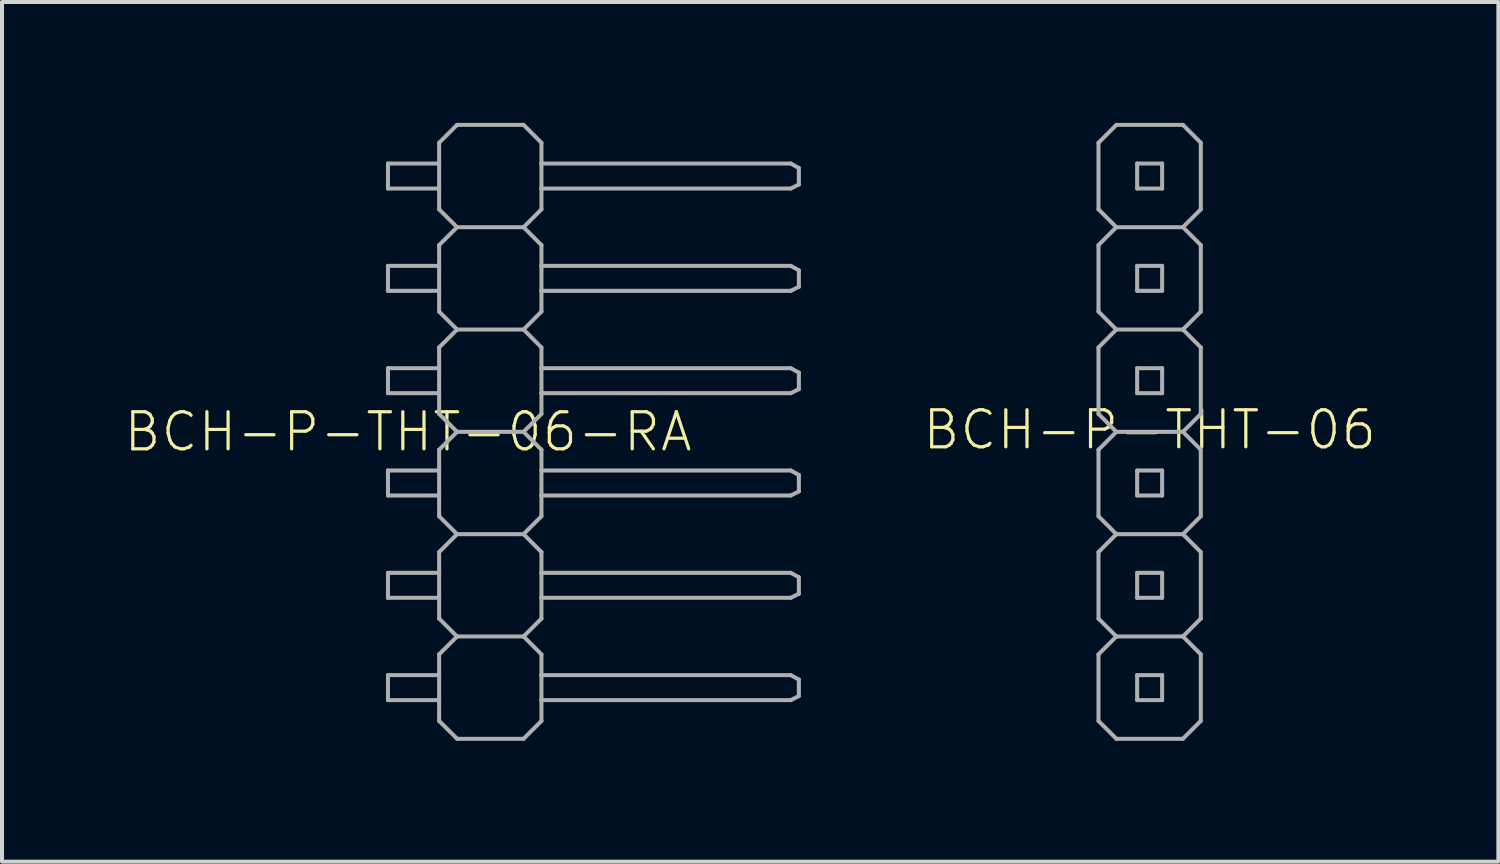
<source format=kicad_pcb>
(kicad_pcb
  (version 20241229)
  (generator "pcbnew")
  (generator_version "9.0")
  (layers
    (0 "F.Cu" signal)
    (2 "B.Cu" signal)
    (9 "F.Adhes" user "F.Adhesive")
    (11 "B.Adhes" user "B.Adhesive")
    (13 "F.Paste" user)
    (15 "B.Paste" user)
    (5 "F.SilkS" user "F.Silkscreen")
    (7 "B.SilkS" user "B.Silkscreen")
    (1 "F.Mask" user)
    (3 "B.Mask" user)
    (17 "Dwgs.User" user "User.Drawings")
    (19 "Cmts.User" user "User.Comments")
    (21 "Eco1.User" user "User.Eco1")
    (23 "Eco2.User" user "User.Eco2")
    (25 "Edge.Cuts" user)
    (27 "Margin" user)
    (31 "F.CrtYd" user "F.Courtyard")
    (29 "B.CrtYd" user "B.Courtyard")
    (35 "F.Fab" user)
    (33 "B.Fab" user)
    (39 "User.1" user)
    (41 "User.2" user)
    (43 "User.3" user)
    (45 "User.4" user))
  (footprint "BCH-P-THT-06-RA"
    (layer "F.Cu")
    (at 6.981 7.67)
    (property "Reference" "BCH-P-THT-06-RA" (at 0.1 0 0) (unlocked yes) (layer "F.SilkS") (effects (font (size 0.92 0.92) (thickness 0.08))))
    (fp_line (start -0.4 -6.66) (end -0.4 -6.04) (stroke (width 0.1) (type solid)) (layer "F.Fab"))
    (fp_line (start -0.4 -6.04) (end 0.87 -6.04) (stroke (width 0.1) (type solid)) (layer "F.Fab"))
    (fp_line (start -0.4 -4.12) (end -0.4 -3.5) (stroke (width 0.1) (type solid)) (layer "F.Fab"))
    (fp_line (start -0.4 -3.5) (end 0.87 -3.5) (stroke (width 0.1) (type solid)) (layer "F.Fab"))
    (fp_line (start -0.4 -1.58) (end -0.4 -0.96) (stroke (width 0.1) (type solid)) (layer "F.Fab"))
    (fp_line (start -0.4 -0.96) (end 0.87 -0.96) (stroke (width 0.1) (type solid)) (layer "F.Fab"))
    (fp_line (start -0.4 0.96) (end -0.4 1.58) (stroke (width 0.1) (type solid)) (layer "F.Fab"))
    (fp_line (start -0.4 1.58) (end 0.87 1.58) (stroke (width 0.1) (type solid)) (layer "F.Fab"))
    (fp_line (start -0.4 3.5) (end -0.4 4.12) (stroke (width 0.1) (type solid)) (layer "F.Fab"))
    (fp_line (start -0.4 4.12) (end 0.87 4.12) (stroke (width 0.1) (type solid)) (layer "F.Fab"))
    (fp_line (start -0.4 6.04) (end -0.4 6.66) (stroke (width 0.1) (type solid)) (layer "F.Fab"))
    (fp_line (start -0.4 6.66) (end 0.87 6.66) (stroke (width 0.1) (type solid)) (layer "F.Fab"))
    (fp_line (start 0.87 -7.176) (end 0.87 -6.66) (stroke (width 0.1) (type solid)) (layer "F.Fab"))
    (fp_line (start 0.87 -6.66) (end -0.4 -6.66) (stroke (width 0.1) (type solid)) (layer "F.Fab"))
    (fp_line (start 0.87 -6.66) (end 0.87 -6.04) (stroke (width 0.1) (type solid)) (layer "F.Fab"))
    (fp_line (start 0.87 -6.04) (end 0.87 -5.524) (stroke (width 0.1) (type solid)) (layer "F.Fab"))
    (fp_line (start 0.87 -5.524) (end 1.315 -5.08) (stroke (width 0.1) (type solid)) (layer "F.Fab"))
    (fp_line (start 0.87 -4.636) (end 0.87 -4.12) (stroke (width 0.1) (type solid)) (layer "F.Fab"))
    (fp_line (start 0.87 -4.12) (end -0.4 -4.12) (stroke (width 0.1) (type solid)) (layer "F.Fab"))
    (fp_line (start 0.87 -4.12) (end 0.87 -3.5) (stroke (width 0.1) (type solid)) (layer "F.Fab"))
    (fp_line (start 0.87 -3.5) (end 0.87 -2.985) (stroke (width 0.1) (type solid)) (layer "F.Fab"))
    (fp_line (start 0.87 -2.985) (end 1.315 -2.54) (stroke (width 0.1) (type solid)) (layer "F.Fab"))
    (fp_line (start 0.87 -2.095) (end 0.87 -1.58) (stroke (width 0.1) (type solid)) (layer "F.Fab"))
    (fp_line (start 0.87 -1.58) (end -0.4 -1.58) (stroke (width 0.1) (type solid)) (layer "F.Fab"))
    (fp_line (start 0.87 -1.58) (end 0.87 -0.96) (stroke (width 0.1) (type solid)) (layer "F.Fab"))
    (fp_line (start 0.87 -0.96) (end 0.87 -0.445) (stroke (width 0.1) (type solid)) (layer "F.Fab"))
    (fp_line (start 0.87 -0.445) (end 1.315 0) (stroke (width 0.1) (type solid)) (layer "F.Fab"))
    (fp_line (start 0.87 0.445) (end 0.87 0.96) (stroke (width 0.1) (type solid)) (layer "F.Fab"))
    (fp_line (start 0.87 0.96) (end -0.4 0.96) (stroke (width 0.1) (type solid)) (layer "F.Fab"))
    (fp_line (start 0.87 0.96) (end 0.87 1.58) (stroke (width 0.1) (type solid)) (layer "F.Fab"))
    (fp_line (start 0.87 1.58) (end 0.87 2.095) (stroke (width 0.1) (type solid)) (layer "F.Fab"))
    (fp_line (start 0.87 2.095) (end 1.315 2.54) (stroke (width 0.1) (type solid)) (layer "F.Fab"))
    (fp_line (start 0.87 2.985) (end 0.87 3.5) (stroke (width 0.1) (type solid)) (layer "F.Fab"))
    (fp_line (start 0.87 3.5) (end -0.4 3.5) (stroke (width 0.1) (type solid)) (layer "F.Fab"))
    (fp_line (start 0.87 3.5) (end 0.87 4.12) (stroke (width 0.1) (type solid)) (layer "F.Fab"))
    (fp_line (start 0.87 4.12) (end 0.87 4.636) (stroke (width 0.1) (type solid)) (layer "F.Fab"))
    (fp_line (start 0.87 4.636) (end 1.315 5.08) (stroke (width 0.1) (type solid)) (layer "F.Fab"))
    (fp_line (start 0.87 5.524) (end 0.87 6.04) (stroke (width 0.1) (type solid)) (layer "F.Fab"))
    (fp_line (start 0.87 6.04) (end -0.4 6.04) (stroke (width 0.1) (type solid)) (layer "F.Fab"))
    (fp_line (start 0.87 6.04) (end 0.87 6.66) (stroke (width 0.1) (type solid)) (layer "F.Fab"))
    (fp_line (start 0.87 6.66) (end 0.87 7.176) (stroke (width 0.1) (type solid)) (layer "F.Fab"))
    (fp_line (start 0.87 7.176) (end 1.315 7.62) (stroke (width 0.1) (type solid)) (layer "F.Fab"))
    (fp_line (start 1.315 -7.62) (end 0.87 -7.176) (stroke (width 0.1) (type solid)) (layer "F.Fab"))
    (fp_line (start 1.315 -5.08) (end 0.87 -4.636) (stroke (width 0.1) (type solid)) (layer "F.Fab"))
    (fp_line (start 1.315 -2.54) (end 0.87 -2.095) (stroke (width 0.1) (type solid)) (layer "F.Fab"))
    (fp_line (start 1.315 0) (end 0.87 0.445) (stroke (width 0.1) (type solid)) (layer "F.Fab"))
    (fp_line (start 1.315 2.54) (end 0.87 2.985) (stroke (width 0.1) (type solid)) (layer "F.Fab"))
    (fp_line (start 1.315 5.08) (end 0.87 5.524) (stroke (width 0.1) (type solid)) (layer "F.Fab"))
    (fp_line (start 2.966 -7.62) (end 1.315 -7.62) (stroke (width 0.1) (type solid)) (layer "F.Fab"))
    (fp_line (start 2.966 -5.08) (end 1.315 -5.08) (stroke (width 0.1) (type solid)) (layer "F.Fab"))
    (fp_line (start 2.966 -5.08) (end 3.41 -5.524) (stroke (width 0.1) (type solid)) (layer "F.Fab"))
    (fp_line (start 2.966 -2.54) (end 1.315 -2.54) (stroke (width 0.1) (type solid)) (layer "F.Fab"))
    (fp_line (start 2.966 -2.54) (end 3.41 -2.985) (stroke (width 0.1) (type solid)) (layer "F.Fab"))
    (fp_line (start 2.966 0) (end 1.315 0) (stroke (width 0.1) (type solid)) (layer "F.Fab"))
    (fp_line (start 2.966 0) (end 3.41 -0.445) (stroke (width 0.1) (type solid)) (layer "F.Fab"))
    (fp_line (start 2.966 2.54) (end 1.315 2.54) (stroke (width 0.1) (type solid)) (layer "F.Fab"))
    (fp_line (start 2.966 2.54) (end 3.41 2.095) (stroke (width 0.1) (type solid)) (layer "F.Fab"))
    (fp_line (start 2.966 5.08) (end 1.315 5.08) (stroke (width 0.1) (type solid)) (layer "F.Fab"))
    (fp_line (start 2.966 5.08) (end 3.41 4.636) (stroke (width 0.1) (type solid)) (layer "F.Fab"))
    (fp_line (start 2.966 7.62) (end 1.315 7.62) (stroke (width 0.1) (type solid)) (layer "F.Fab"))
    (fp_line (start 2.966 7.62) (end 3.41 7.176) (stroke (width 0.1) (type solid)) (layer "F.Fab"))
    (fp_line (start 3.41 -7.176) (end 2.966 -7.62) (stroke (width 0.1) (type solid)) (layer "F.Fab"))
    (fp_line (start 3.41 -6.66) (end 3.41 -7.176) (stroke (width 0.1) (type solid)) (layer "F.Fab"))
    (fp_line (start 3.41 -6.66) (end 3.41 -6.04) (stroke (width 0.1) (type solid)) (layer "F.Fab"))
    (fp_line (start 3.41 -6.04) (end 9.6 -6.04) (stroke (width 0.1) (type solid)) (layer "F.Fab"))
    (fp_line (start 3.41 -5.524) (end 3.41 -6.04) (stroke (width 0.1) (type solid)) (layer "F.Fab"))
    (fp_line (start 3.41 -4.636) (end 2.966 -5.08) (stroke (width 0.1) (type solid)) (layer "F.Fab"))
    (fp_line (start 3.41 -4.12) (end 3.41 -4.636) (stroke (width 0.1) (type solid)) (layer "F.Fab"))
    (fp_line (start 3.41 -4.12) (end 3.41 -3.5) (stroke (width 0.1) (type solid)) (layer "F.Fab"))
    (fp_line (start 3.41 -3.5) (end 9.6 -3.5) (stroke (width 0.1) (type solid)) (layer "F.Fab"))
    (fp_line (start 3.41 -2.985) (end 3.41 -3.5) (stroke (width 0.1) (type solid)) (layer "F.Fab"))
    (fp_line (start 3.41 -2.095) (end 2.966 -2.54) (stroke (width 0.1) (type solid)) (layer "F.Fab"))
    (fp_line (start 3.41 -1.58) (end 3.41 -2.095) (stroke (width 0.1) (type solid)) (layer "F.Fab"))
    (fp_line (start 3.41 -1.58) (end 3.41 -0.96) (stroke (width 0.1) (type solid)) (layer "F.Fab"))
    (fp_line (start 3.41 -0.96) (end 9.6 -0.96) (stroke (width 0.1) (type solid)) (layer "F.Fab"))
    (fp_line (start 3.41 -0.445) (end 3.41 -0.96) (stroke (width 0.1) (type solid)) (layer "F.Fab"))
    (fp_line (start 3.41 0.445) (end 2.966 0) (stroke (width 0.1) (type solid)) (layer "F.Fab"))
    (fp_line (start 3.41 0.96) (end 3.41 0.445) (stroke (width 0.1) (type solid)) (layer "F.Fab"))
    (fp_line (start 3.41 0.96) (end 3.41 1.58) (stroke (width 0.1) (type solid)) (layer "F.Fab"))
    (fp_line (start 3.41 1.58) (end 9.6 1.58) (stroke (width 0.1) (type solid)) (layer "F.Fab"))
    (fp_line (start 3.41 2.095) (end 3.41 1.58) (stroke (width 0.1) (type solid)) (layer "F.Fab"))
    (fp_line (start 3.41 2.985) (end 2.966 2.54) (stroke (width 0.1) (type solid)) (layer "F.Fab"))
    (fp_line (start 3.41 3.5) (end 3.41 2.985) (stroke (width 0.1) (type solid)) (layer "F.Fab"))
    (fp_line (start 3.41 3.5) (end 3.41 4.12) (stroke (width 0.1) (type solid)) (layer "F.Fab"))
    (fp_line (start 3.41 4.12) (end 9.6 4.12) (stroke (width 0.1) (type solid)) (layer "F.Fab"))
    (fp_line (start 3.41 4.636) (end 3.41 4.12) (stroke (width 0.1) (type solid)) (layer "F.Fab"))
    (fp_line (start 3.41 5.524) (end 2.966 5.08) (stroke (width 0.1) (type solid)) (layer "F.Fab"))
    (fp_line (start 3.41 6.04) (end 3.41 5.524) (stroke (width 0.1) (type solid)) (layer "F.Fab"))
    (fp_line (start 3.41 6.04) (end 3.41 6.66) (stroke (width 0.1) (type solid)) (layer "F.Fab"))
    (fp_line (start 3.41 6.66) (end 9.6 6.66) (stroke (width 0.1) (type solid)) (layer "F.Fab"))
    (fp_line (start 3.41 7.176) (end 3.41 6.66) (stroke (width 0.1) (type solid)) (layer "F.Fab"))
    (fp_line (start 9.6 -6.66) (end 3.41 -6.66) (stroke (width 0.1) (type solid)) (layer "F.Fab"))
    (fp_line (start 9.6 -6.04) (end 9.8 -6.14) (stroke (width 0.1) (type solid)) (layer "F.Fab"))
    (fp_line (start 9.6 -4.12) (end 3.41 -4.12) (stroke (width 0.1) (type solid)) (layer "F.Fab"))
    (fp_line (start 9.6 -3.5) (end 9.8 -3.6) (stroke (width 0.1) (type solid)) (layer "F.Fab"))
    (fp_line (start 9.6 -1.58) (end 3.41 -1.58) (stroke (width 0.1) (type solid)) (layer "F.Fab"))
    (fp_line (start 9.6 -0.96) (end 9.8 -1.06) (stroke (width 0.1) (type solid)) (layer "F.Fab"))
    (fp_line (start 9.6 0.96) (end 3.41 0.96) (stroke (width 0.1) (type solid)) (layer "F.Fab"))
    (fp_line (start 9.6 1.58) (end 9.8 1.48) (stroke (width 0.1) (type solid)) (layer "F.Fab"))
    (fp_line (start 9.6 3.5) (end 3.41 3.5) (stroke (width 0.1) (type solid)) (layer "F.Fab"))
    (fp_line (start 9.6 4.12) (end 9.8 4.02) (stroke (width 0.1) (type solid)) (layer "F.Fab"))
    (fp_line (start 9.6 6.04) (end 3.41 6.04) (stroke (width 0.1) (type solid)) (layer "F.Fab"))
    (fp_line (start 9.6 6.66) (end 9.8 6.56) (stroke (width 0.1) (type solid)) (layer "F.Fab"))
    (fp_line (start 9.8 -6.55) (end 9.6 -6.66) (stroke (width 0.1) (type solid)) (layer "F.Fab"))
    (fp_line (start 9.8 -6.14) (end 9.8 -6.55) (stroke (width 0.1) (type solid)) (layer "F.Fab"))
    (fp_line (start 9.8 -4.01) (end 9.6 -4.12) (stroke (width 0.1) (type solid)) (layer "F.Fab"))
    (fp_line (start 9.8 -3.6) (end 9.8 -4.01) (stroke (width 0.1) (type solid)) (layer "F.Fab"))
    (fp_line (start 9.8 -1.47) (end 9.6 -1.58) (stroke (width 0.1) (type solid)) (layer "F.Fab"))
    (fp_line (start 9.8 -1.06) (end 9.8 -1.47) (stroke (width 0.1) (type solid)) (layer "F.Fab"))
    (fp_line (start 9.8 1.07) (end 9.6 0.96) (stroke (width 0.1) (type solid)) (layer "F.Fab"))
    (fp_line (start 9.8 1.48) (end 9.8 1.07) (stroke (width 0.1) (type solid)) (layer "F.Fab"))
    (fp_line (start 9.8 3.61) (end 9.6 3.5) (stroke (width 0.1) (type solid)) (layer "F.Fab"))
    (fp_line (start 9.8 4.02) (end 9.8 3.61) (stroke (width 0.1) (type solid)) (layer "F.Fab"))
    (fp_line (start 9.8 6.15) (end 9.6 6.04) (stroke (width 0.1) (type solid)) (layer "F.Fab"))
    (fp_line (start 9.8 6.56) (end 9.8 6.15) (stroke (width 0.1) (type solid)) (layer "F.Fab")))
  (footprint "BCH-P-THT-06"
    (layer "F.Cu")
    (at 25.489 7.67)
    (property "Reference" "BCH-P-THT-06" (at 0 -0.05 0) (unlocked yes) (layer "F.SilkS") (effects (font (size 0.92 0.92) (thickness 0.08))))
    (fp_line (start -1.27 -7.176) (end -1.27 -5.524) (stroke (width 0.1) (type solid)) (layer "F.Fab"))
    (fp_line (start -1.27 -5.524) (end -0.826 -5.08) (stroke (width 0.1) (type solid)) (layer "F.Fab"))
    (fp_line (start -1.27 -4.636) (end -1.27 -2.985) (stroke (width 0.1) (type solid)) (layer "F.Fab"))
    (fp_line (start -1.27 -2.985) (end -0.826 -2.54) (stroke (width 0.1) (type solid)) (layer "F.Fab"))
    (fp_line (start -1.27 -2.095) (end -1.27 -0.445) (stroke (width 0.1) (type solid)) (layer "F.Fab"))
    (fp_line (start -1.27 -0.445) (end -0.826 0) (stroke (width 0.1) (type solid)) (layer "F.Fab"))
    (fp_line (start -1.27 0.445) (end -1.27 2.095) (stroke (width 0.1) (type solid)) (layer "F.Fab"))
    (fp_line (start -1.27 2.095) (end -0.826 2.54) (stroke (width 0.1) (type solid)) (layer "F.Fab"))
    (fp_line (start -1.27 2.985) (end -1.27 4.636) (stroke (width 0.1) (type solid)) (layer "F.Fab"))
    (fp_line (start -1.27 4.636) (end -0.826 5.08) (stroke (width 0.1) (type solid)) (layer "F.Fab"))
    (fp_line (start -1.27 5.524) (end -1.27 7.176) (stroke (width 0.1) (type solid)) (layer "F.Fab"))
    (fp_line (start -1.27 7.176) (end -0.826 7.62) (stroke (width 0.1) (type solid)) (layer "F.Fab"))
    (fp_line (start -0.826 -7.62) (end -1.27 -7.176) (stroke (width 0.1) (type solid)) (layer "F.Fab"))
    (fp_line (start -0.826 -5.08) (end -1.27 -4.636) (stroke (width 0.1) (type solid)) (layer "F.Fab"))
    (fp_line (start -0.826 -2.54) (end -1.27 -2.095) (stroke (width 0.1) (type solid)) (layer "F.Fab"))
    (fp_line (start -0.826 0) (end -1.27 0.445) (stroke (width 0.1) (type solid)) (layer "F.Fab"))
    (fp_line (start -0.826 2.54) (end -1.27 2.985) (stroke (width 0.1) (type solid)) (layer "F.Fab"))
    (fp_line (start -0.826 5.08) (end -1.27 5.524) (stroke (width 0.1) (type solid)) (layer "F.Fab"))
    (fp_line (start -0.31 -6.66) (end -0.31 -6.04) (stroke (width 0.1) (type solid)) (layer "F.Fab"))
    (fp_line (start -0.31 -6.04) (end 0.31 -6.04) (stroke (width 0.1) (type solid)) (layer "F.Fab"))
    (fp_line (start -0.31 -4.12) (end -0.31 -3.5) (stroke (width 0.1) (type solid)) (layer "F.Fab"))
    (fp_line (start -0.31 -3.5) (end 0.31 -3.5) (stroke (width 0.1) (type solid)) (layer "F.Fab"))
    (fp_line (start -0.31 -1.58) (end -0.31 -0.96) (stroke (width 0.1) (type solid)) (layer "F.Fab"))
    (fp_line (start -0.31 -0.96) (end 0.31 -0.96) (stroke (width 0.1) (type solid)) (layer "F.Fab"))
    (fp_line (start -0.31 0.96) (end -0.31 1.58) (stroke (width 0.1) (type solid)) (layer "F.Fab"))
    (fp_line (start -0.31 1.58) (end 0.31 1.58) (stroke (width 0.1) (type solid)) (layer "F.Fab"))
    (fp_line (start -0.31 3.5) (end -0.31 4.12) (stroke (width 0.1) (type solid)) (layer "F.Fab"))
    (fp_line (start -0.31 4.12) (end 0.31 4.12) (stroke (width 0.1) (type solid)) (layer "F.Fab"))
    (fp_line (start -0.31 6.04) (end -0.31 6.66) (stroke (width 0.1) (type solid)) (layer "F.Fab"))
    (fp_line (start -0.31 6.66) (end 0.31 6.66) (stroke (width 0.1) (type solid)) (layer "F.Fab"))
    (fp_line (start 0.31 -6.66) (end -0.31 -6.66) (stroke (width 0.1) (type solid)) (layer "F.Fab"))
    (fp_line (start 0.31 -6.04) (end 0.31 -6.66) (stroke (width 0.1) (type solid)) (layer "F.Fab"))
    (fp_line (start 0.31 -4.12) (end -0.31 -4.12) (stroke (width 0.1) (type solid)) (layer "F.Fab"))
    (fp_line (start 0.31 -3.5) (end 0.31 -4.12) (stroke (width 0.1) (type solid)) (layer "F.Fab"))
    (fp_line (start 0.31 -1.58) (end -0.31 -1.58) (stroke (width 0.1) (type solid)) (layer "F.Fab"))
    (fp_line (start 0.31 -0.96) (end 0.31 -1.58) (stroke (width 0.1) (type solid)) (layer "F.Fab"))
    (fp_line (start 0.31 0.96) (end -0.31 0.96) (stroke (width 0.1) (type solid)) (layer "F.Fab"))
    (fp_line (start 0.31 1.58) (end 0.31 0.96) (stroke (width 0.1) (type solid)) (layer "F.Fab"))
    (fp_line (start 0.31 3.5) (end -0.31 3.5) (stroke (width 0.1) (type solid)) (layer "F.Fab"))
    (fp_line (start 0.31 4.12) (end 0.31 3.5) (stroke (width 0.1) (type solid)) (layer "F.Fab"))
    (fp_line (start 0.31 6.04) (end -0.31 6.04) (stroke (width 0.1) (type solid)) (layer "F.Fab"))
    (fp_line (start 0.31 6.66) (end 0.31 6.04) (stroke (width 0.1) (type solid)) (layer "F.Fab"))
    (fp_line (start 0.826 -7.62) (end -0.826 -7.62) (stroke (width 0.1) (type solid)) (layer "F.Fab"))
    (fp_line (start 0.826 -5.08) (end -0.826 -5.08) (stroke (width 0.1) (type solid)) (layer "F.Fab"))
    (fp_line (start 0.826 -5.08) (end 1.27 -5.524) (stroke (width 0.1) (type solid)) (layer "F.Fab"))
    (fp_line (start 0.826 -2.54) (end -0.826 -2.54) (stroke (width 0.1) (type solid)) (layer "F.Fab"))
    (fp_line (start 0.826 -2.54) (end 1.27 -2.985) (stroke (width 0.1) (type solid)) (layer "F.Fab"))
    (fp_line (start 0.826 0) (end -0.826 0) (stroke (width 0.1) (type solid)) (layer "F.Fab"))
    (fp_line (start 0.826 0) (end 1.27 -0.445) (stroke (width 0.1) (type solid)) (layer "F.Fab"))
    (fp_line (start 0.826 2.54) (end -0.826 2.54) (stroke (width 0.1) (type solid)) (layer "F.Fab"))
    (fp_line (start 0.826 2.54) (end 1.27 2.095) (stroke (width 0.1) (type solid)) (layer "F.Fab"))
    (fp_line (start 0.826 5.08) (end -0.826 5.08) (stroke (width 0.1) (type solid)) (layer "F.Fab"))
    (fp_line (start 0.826 5.08) (end 1.27 4.636) (stroke (width 0.1) (type solid)) (layer "F.Fab"))
    (fp_line (start 0.826 7.62) (end -0.826 7.62) (stroke (width 0.1) (type solid)) (layer "F.Fab"))
    (fp_line (start 0.826 7.62) (end 1.27 7.176) (stroke (width 0.1) (type solid)) (layer "F.Fab"))
    (fp_line (start 1.27 -7.176) (end 0.826 -7.62) (stroke (width 0.1) (type solid)) (layer "F.Fab"))
    (fp_line (start 1.27 -5.524) (end 1.27 -7.176) (stroke (width 0.1) (type solid)) (layer "F.Fab"))
    (fp_line (start 1.27 -4.636) (end 0.826 -5.08) (stroke (width 0.1) (type solid)) (layer "F.Fab"))
    (fp_line (start 1.27 -2.985) (end 1.27 -4.636) (stroke (width 0.1) (type solid)) (layer "F.Fab"))
    (fp_line (start 1.27 -2.095) (end 0.826 -2.54) (stroke (width 0.1) (type solid)) (layer "F.Fab"))
    (fp_line (start 1.27 -0.445) (end 1.27 -2.095) (stroke (width 0.1) (type solid)) (layer "F.Fab"))
    (fp_line (start 1.27 0.445) (end 0.826 0) (stroke (width 0.1) (type solid)) (layer "F.Fab"))
    (fp_line (start 1.27 2.095) (end 1.27 0.445) (stroke (width 0.1) (type solid)) (layer "F.Fab"))
    (fp_line (start 1.27 2.985) (end 0.826 2.54) (stroke (width 0.1) (type solid)) (layer "F.Fab"))
    (fp_line (start 1.27 4.636) (end 1.27 2.985) (stroke (width 0.1) (type solid)) (layer "F.Fab"))
    (fp_line (start 1.27 5.524) (end 0.826 5.08) (stroke (width 0.1) (type solid)) (layer "F.Fab"))
    (fp_line (start 1.27 7.176) (end 1.27 5.524) (stroke (width 0.1) (type solid)) (layer "F.Fab")))
  (gr_rect
    (start -3 -3)
    (end 34.146 18.34)
    (stroke (width 0.1) (type default))
    (fill no)
    (layer "Edge.Cuts")))
</source>
